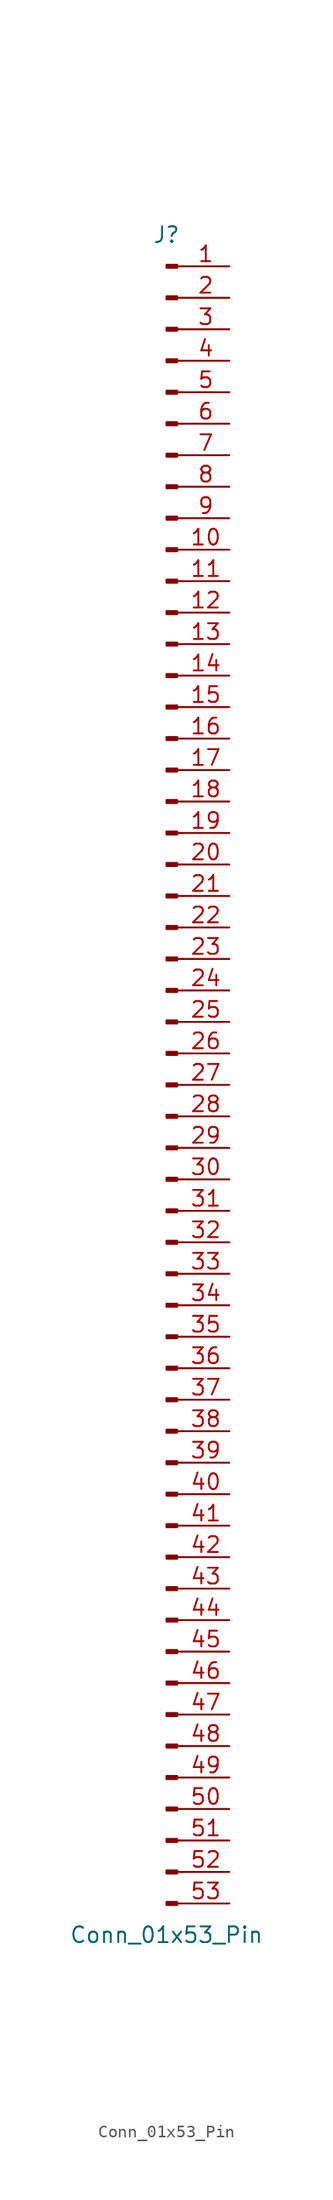
<source format=kicad_sym>
(kicad_symbol_lib
  (version 20220914)
  (generator kicad_symbol_editor)
  (symbol "Conn_01x53_Pin"
    (pin_names
      (offset 1.016) hide)
    (property "Reference" "J"
      (at 0 68.58 0)
      (effects (font (size 1.27 1.27))))
    (property "Value" "Conn_01x53_Pin"
      (at 0 -68.58 0)
      (effects (font (size 1.27 1.27))))
    (property "ki_locked" ""
      (at 0 0 0)
      (effects (font (size 1.27 1.27))))
    (symbol "Conn_01x53_Pin_1_1"
      (polyline (pts (xy 1.27 -66.04) (xy 0.864 -66.04)) (stroke (width 0.152) (type default)) (fill (type none)))
      (polyline (pts (xy 1.27 -63.5) (xy 0.864 -63.5)) (stroke (width 0.152) (type default)) (fill (type none)))
      (polyline (pts (xy 1.27 -60.96) (xy 0.864 -60.96)) (stroke (width 0.152) (type default)) (fill (type none)))
      (polyline (pts (xy 1.27 -58.42) (xy 0.864 -58.42)) (stroke (width 0.152) (type default)) (fill (type none)))
      (polyline (pts (xy 1.27 -55.88) (xy 0.864 -55.88)) (stroke (width 0.152) (type default)) (fill (type none)))
      (polyline (pts (xy 1.27 -53.34) (xy 0.864 -53.34)) (stroke (width 0.152) (type default)) (fill (type none)))
      (polyline (pts (xy 1.27 -50.8) (xy 0.864 -50.8)) (stroke (width 0.152) (type default)) (fill (type none)))
      (polyline (pts (xy 1.27 -48.26) (xy 0.864 -48.26)) (stroke (width 0.152) (type default)) (fill (type none)))
      (polyline (pts (xy 1.27 -45.72) (xy 0.864 -45.72)) (stroke (width 0.152) (type default)) (fill (type none)))
      (polyline (pts (xy 1.27 -43.18) (xy 0.864 -43.18)) (stroke (width 0.152) (type default)) (fill (type none)))
      (polyline (pts (xy 1.27 -40.64) (xy 0.864 -40.64)) (stroke (width 0.152) (type default)) (fill (type none)))
      (polyline (pts (xy 1.27 -38.1) (xy 0.864 -38.1)) (stroke (width 0.152) (type default)) (fill (type none)))
      (polyline (pts (xy 1.27 -35.56) (xy 0.864 -35.56)) (stroke (width 0.152) (type default)) (fill (type none)))
      (polyline (pts (xy 1.27 -33.02) (xy 0.864 -33.02)) (stroke (width 0.152) (type default)) (fill (type none)))
      (polyline (pts (xy 1.27 -30.48) (xy 0.864 -30.48)) (stroke (width 0.152) (type default)) (fill (type none)))
      (polyline (pts (xy 1.27 -27.94) (xy 0.864 -27.94)) (stroke (width 0.152) (type default)) (fill (type none)))
      (polyline (pts (xy 1.27 -25.4) (xy 0.864 -25.4)) (stroke (width 0.152) (type default)) (fill (type none)))
      (polyline (pts (xy 1.27 -22.86) (xy 0.864 -22.86)) (stroke (width 0.152) (type default)) (fill (type none)))
      (polyline (pts (xy 1.27 -20.32) (xy 0.864 -20.32)) (stroke (width 0.152) (type default)) (fill (type none)))
      (polyline (pts (xy 1.27 -17.78) (xy 0.864 -17.78)) (stroke (width 0.152) (type default)) (fill (type none)))
      (polyline (pts (xy 1.27 -15.24) (xy 0.864 -15.24)) (stroke (width 0.152) (type default)) (fill (type none)))
      (polyline (pts (xy 1.27 -12.7) (xy 0.864 -12.7)) (stroke (width 0.152) (type default)) (fill (type none)))
      (polyline (pts (xy 1.27 -10.16) (xy 0.864 -10.16)) (stroke (width 0.152) (type default)) (fill (type none)))
      (polyline (pts (xy 1.27 -7.62) (xy 0.864 -7.62)) (stroke (width 0.152) (type default)) (fill (type none)))
      (polyline (pts (xy 1.27 -5.08) (xy 0.864 -5.08)) (stroke (width 0.152) (type default)) (fill (type none)))
      (polyline (pts (xy 1.27 -2.54) (xy 0.864 -2.54)) (stroke (width 0.152) (type default)) (fill (type none)))
      (polyline (pts (xy 1.27 0) (xy 0.864 0)) (stroke (width 0.152) (type default)) (fill (type none)))
      (polyline (pts (xy 1.27 2.54) (xy 0.864 2.54)) (stroke (width 0.152) (type default)) (fill (type none)))
      (polyline (pts (xy 1.27 5.08) (xy 0.864 5.08)) (stroke (width 0.152) (type default)) (fill (type none)))
      (polyline (pts (xy 1.27 7.62) (xy 0.864 7.62)) (stroke (width 0.152) (type default)) (fill (type none)))
      (polyline (pts (xy 1.27 10.16) (xy 0.864 10.16)) (stroke (width 0.152) (type default)) (fill (type none)))
      (polyline (pts (xy 1.27 12.7) (xy 0.864 12.7)) (stroke (width 0.152) (type default)) (fill (type none)))
      (polyline (pts (xy 1.27 15.24) (xy 0.864 15.24)) (stroke (width 0.152) (type default)) (fill (type none)))
      (polyline (pts (xy 1.27 17.78) (xy 0.864 17.78)) (stroke (width 0.152) (type default)) (fill (type none)))
      (polyline (pts (xy 1.27 20.32) (xy 0.864 20.32)) (stroke (width 0.152) (type default)) (fill (type none)))
      (polyline (pts (xy 1.27 22.86) (xy 0.864 22.86)) (stroke (width 0.152) (type default)) (fill (type none)))
      (polyline (pts (xy 1.27 25.4) (xy 0.864 25.4)) (stroke (width 0.152) (type default)) (fill (type none)))
      (polyline (pts (xy 1.27 27.94) (xy 0.864 27.94)) (stroke (width 0.152) (type default)) (fill (type none)))
      (polyline (pts (xy 1.27 30.48) (xy 0.864 30.48)) (stroke (width 0.152) (type default)) (fill (type none)))
      (polyline (pts (xy 1.27 33.02) (xy 0.864 33.02)) (stroke (width 0.152) (type default)) (fill (type none)))
      (polyline (pts (xy 1.27 35.56) (xy 0.864 35.56)) (stroke (width 0.152) (type default)) (fill (type none)))
      (polyline (pts (xy 1.27 38.1) (xy 0.864 38.1)) (stroke (width 0.152) (type default)) (fill (type none)))
      (polyline (pts (xy 1.27 40.64) (xy 0.864 40.64)) (stroke (width 0.152) (type default)) (fill (type none)))
      (polyline (pts (xy 1.27 43.18) (xy 0.864 43.18)) (stroke (width 0.152) (type default)) (fill (type none)))
      (polyline (pts (xy 1.27 45.72) (xy 0.864 45.72)) (stroke (width 0.152) (type default)) (fill (type none)))
      (polyline (pts (xy 1.27 48.26) (xy 0.864 48.26)) (stroke (width 0.152) (type default)) (fill (type none)))
      (polyline (pts (xy 1.27 50.8) (xy 0.864 50.8)) (stroke (width 0.152) (type default)) (fill (type none)))
      (polyline (pts (xy 1.27 53.34) (xy 0.864 53.34)) (stroke (width 0.152) (type default)) (fill (type none)))
      (polyline (pts (xy 1.27 55.88) (xy 0.864 55.88)) (stroke (width 0.152) (type default)) (fill (type none)))
      (polyline (pts (xy 1.27 58.42) (xy 0.864 58.42)) (stroke (width 0.152) (type default)) (fill (type none)))
      (polyline (pts (xy 1.27 60.96) (xy 0.864 60.96)) (stroke (width 0.152) (type default)) (fill (type none)))
      (polyline (pts (xy 1.27 63.5) (xy 0.864 63.5)) (stroke (width 0.152) (type default)) (fill (type none)))
      (polyline (pts (xy 1.27 66.04) (xy 0.864 66.04)) (stroke (width 0.152) (type default)) (fill (type none)))
      (rectangle (start 0.864 -65.913) (end 0 -66.167) (stroke (width 0.152) (type default)) (fill (type outline)))
      (rectangle (start 0.864 -63.373) (end 0 -63.627) (stroke (width 0.152) (type default)) (fill (type outline)))
      (rectangle (start 0.864 -60.833) (end 0 -61.087) (stroke (width 0.152) (type default)) (fill (type outline)))
      (rectangle (start 0.864 -58.293) (end 0 -58.547) (stroke (width 0.152) (type default)) (fill (type outline)))
      (rectangle (start 0.864 -55.753) (end 0 -56.007) (stroke (width 0.152) (type default)) (fill (type outline)))
      (rectangle (start 0.864 -53.213) (end 0 -53.467) (stroke (width 0.152) (type default)) (fill (type outline)))
      (rectangle (start 0.864 -50.673) (end 0 -50.927) (stroke (width 0.152) (type default)) (fill (type outline)))
      (rectangle (start 0.864 -48.133) (end 0 -48.387) (stroke (width 0.152) (type default)) (fill (type outline)))
      (rectangle (start 0.864 -45.593) (end 0 -45.847) (stroke (width 0.152) (type default)) (fill (type outline)))
      (rectangle (start 0.864 -43.053) (end 0 -43.307) (stroke (width 0.152) (type default)) (fill (type outline)))
      (rectangle (start 0.864 -40.513) (end 0 -40.767) (stroke (width 0.152) (type default)) (fill (type outline)))
      (rectangle (start 0.864 -37.973) (end 0 -38.227) (stroke (width 0.152) (type default)) (fill (type outline)))
      (rectangle (start 0.864 -35.433) (end 0 -35.687) (stroke (width 0.152) (type default)) (fill (type outline)))
      (rectangle (start 0.864 -32.893) (end 0 -33.147) (stroke (width 0.152) (type default)) (fill (type outline)))
      (rectangle (start 0.864 -30.353) (end 0 -30.607) (stroke (width 0.152) (type default)) (fill (type outline)))
      (rectangle (start 0.864 -27.813) (end 0 -28.067) (stroke (width 0.152) (type default)) (fill (type outline)))
      (rectangle (start 0.864 -25.273) (end 0 -25.527) (stroke (width 0.152) (type default)) (fill (type outline)))
      (rectangle (start 0.864 -22.733) (end 0 -22.987) (stroke (width 0.152) (type default)) (fill (type outline)))
      (rectangle (start 0.864 -20.193) (end 0 -20.447) (stroke (width 0.152) (type default)) (fill (type outline)))
      (rectangle (start 0.864 -17.653) (end 0 -17.907) (stroke (width 0.152) (type default)) (fill (type outline)))
      (rectangle (start 0.864 -15.113) (end 0 -15.367) (stroke (width 0.152) (type default)) (fill (type outline)))
      (rectangle (start 0.864 -12.573) (end 0 -12.827) (stroke (width 0.152) (type default)) (fill (type outline)))
      (rectangle (start 0.864 -10.033) (end 0 -10.287) (stroke (width 0.152) (type default)) (fill (type outline)))
      (rectangle (start 0.864 -7.493) (end 0 -7.747) (stroke (width 0.152) (type default)) (fill (type outline)))
      (rectangle (start 0.864 -4.953) (end 0 -5.207) (stroke (width 0.152) (type default)) (fill (type outline)))
      (rectangle (start 0.864 -2.413) (end 0 -2.667) (stroke (width 0.152) (type default)) (fill (type outline)))
      (rectangle (start 0.864 0.127) (end 0 -0.127) (stroke (width 0.152) (type default)) (fill (type outline)))
      (rectangle (start 0.864 2.667) (end 0 2.413) (stroke (width 0.152) (type default)) (fill (type outline)))
      (rectangle (start 0.864 5.207) (end 0 4.953) (stroke (width 0.152) (type default)) (fill (type outline)))
      (rectangle (start 0.864 7.747) (end 0 7.493) (stroke (width 0.152) (type default)) (fill (type outline)))
      (rectangle (start 0.864 10.287) (end 0 10.033) (stroke (width 0.152) (type default)) (fill (type outline)))
      (rectangle (start 0.864 12.827) (end 0 12.573) (stroke (width 0.152) (type default)) (fill (type outline)))
      (rectangle (start 0.864 15.367) (end 0 15.113) (stroke (width 0.152) (type default)) (fill (type outline)))
      (rectangle (start 0.864 17.907) (end 0 17.653) (stroke (width 0.152) (type default)) (fill (type outline)))
      (rectangle (start 0.864 20.447) (end 0 20.193) (stroke (width 0.152) (type default)) (fill (type outline)))
      (rectangle (start 0.864 22.987) (end 0 22.733) (stroke (width 0.152) (type default)) (fill (type outline)))
      (rectangle (start 0.864 25.527) (end 0 25.273) (stroke (width 0.152) (type default)) (fill (type outline)))
      (rectangle (start 0.864 28.067) (end 0 27.813) (stroke (width 0.152) (type default)) (fill (type outline)))
      (rectangle (start 0.864 30.607) (end 0 30.353) (stroke (width 0.152) (type default)) (fill (type outline)))
      (rectangle (start 0.864 33.147) (end 0 32.893) (stroke (width 0.152) (type default)) (fill (type outline)))
      (rectangle (start 0.864 35.687) (end 0 35.433) (stroke (width 0.152) (type default)) (fill (type outline)))
      (rectangle (start 0.864 38.227) (end 0 37.973) (stroke (width 0.152) (type default)) (fill (type outline)))
      (rectangle (start 0.864 40.767) (end 0 40.513) (stroke (width 0.152) (type default)) (fill (type outline)))
      (rectangle (start 0.864 43.307) (end 0 43.053) (stroke (width 0.152) (type default)) (fill (type outline)))
      (rectangle (start 0.864 45.847) (end 0 45.593) (stroke (width 0.152) (type default)) (fill (type outline)))
      (rectangle (start 0.864 48.387) (end 0 48.133) (stroke (width 0.152) (type default)) (fill (type outline)))
      (rectangle (start 0.864 50.927) (end 0 50.673) (stroke (width 0.152) (type default)) (fill (type outline)))
      (rectangle (start 0.864 53.467) (end 0 53.213) (stroke (width 0.152) (type default)) (fill (type outline)))
      (rectangle (start 0.864 56.007) (end 0 55.753) (stroke (width 0.152) (type default)) (fill (type outline)))
      (rectangle (start 0.864 58.547) (end 0 58.293) (stroke (width 0.152) (type default)) (fill (type outline)))
      (rectangle (start 0.864 61.087) (end 0 60.833) (stroke (width 0.152) (type default)) (fill (type outline)))
      (rectangle (start 0.864 63.627) (end 0 63.373) (stroke (width 0.152) (type default)) (fill (type outline)))
      (rectangle (start 0.864 66.167) (end 0 65.913) (stroke (width 0.152) (type default)) (fill (type outline)))
      (pin passive line (at 5.08 66.04 180) (length 3.81) (name "Pin_1" (effects (font (size 1.27 1.27)))) (number "1" (effects (font (size 1.27 1.27)))))
      (pin passive line (at 5.08 43.18 180) (length 3.81) (name "Pin_10" (effects (font (size 1.27 1.27)))) (number "10" (effects (font (size 1.27 1.27)))))
      (pin passive line (at 5.08 40.64 180) (length 3.81) (name "Pin_11" (effects (font (size 1.27 1.27)))) (number "11" (effects (font (size 1.27 1.27)))))
      (pin passive line (at 5.08 38.1 180) (length 3.81) (name "Pin_12" (effects (font (size 1.27 1.27)))) (number "12" (effects (font (size 1.27 1.27)))))
      (pin passive line (at 5.08 35.56 180) (length 3.81) (name "Pin_13" (effects (font (size 1.27 1.27)))) (number "13" (effects (font (size 1.27 1.27)))))
      (pin passive line (at 5.08 33.02 180) (length 3.81) (name "Pin_14" (effects (font (size 1.27 1.27)))) (number "14" (effects (font (size 1.27 1.27)))))
      (pin passive line (at 5.08 30.48 180) (length 3.81) (name "Pin_15" (effects (font (size 1.27 1.27)))) (number "15" (effects (font (size 1.27 1.27)))))
      (pin passive line (at 5.08 27.94 180) (length 3.81) (name "Pin_16" (effects (font (size 1.27 1.27)))) (number "16" (effects (font (size 1.27 1.27)))))
      (pin passive line (at 5.08 25.4 180) (length 3.81) (name "Pin_17" (effects (font (size 1.27 1.27)))) (number "17" (effects (font (size 1.27 1.27)))))
      (pin passive line (at 5.08 22.86 180) (length 3.81) (name "Pin_18" (effects (font (size 1.27 1.27)))) (number "18" (effects (font (size 1.27 1.27)))))
      (pin passive line (at 5.08 20.32 180) (length 3.81) (name "Pin_19" (effects (font (size 1.27 1.27)))) (number "19" (effects (font (size 1.27 1.27)))))
      (pin passive line (at 5.08 63.5 180) (length 3.81) (name "Pin_2" (effects (font (size 1.27 1.27)))) (number "2" (effects (font (size 1.27 1.27)))))
      (pin passive line (at 5.08 17.78 180) (length 3.81) (name "Pin_20" (effects (font (size 1.27 1.27)))) (number "20" (effects (font (size 1.27 1.27)))))
      (pin passive line (at 5.08 15.24 180) (length 3.81) (name "Pin_21" (effects (font (size 1.27 1.27)))) (number "21" (effects (font (size 1.27 1.27)))))
      (pin passive line (at 5.08 12.7 180) (length 3.81) (name "Pin_22" (effects (font (size 1.27 1.27)))) (number "22" (effects (font (size 1.27 1.27)))))
      (pin passive line (at 5.08 10.16 180) (length 3.81) (name "Pin_23" (effects (font (size 1.27 1.27)))) (number "23" (effects (font (size 1.27 1.27)))))
      (pin passive line (at 5.08 7.62 180) (length 3.81) (name "Pin_24" (effects (font (size 1.27 1.27)))) (number "24" (effects (font (size 1.27 1.27)))))
      (pin passive line (at 5.08 5.08 180) (length 3.81) (name "Pin_25" (effects (font (size 1.27 1.27)))) (number "25" (effects (font (size 1.27 1.27)))))
      (pin passive line (at 5.08 2.54 180) (length 3.81) (name "Pin_26" (effects (font (size 1.27 1.27)))) (number "26" (effects (font (size 1.27 1.27)))))
      (pin passive line (at 5.08 0 180) (length 3.81) (name "Pin_27" (effects (font (size 1.27 1.27)))) (number "27" (effects (font (size 1.27 1.27)))))
      (pin passive line (at 5.08 -2.54 180) (length 3.81) (name "Pin_28" (effects (font (size 1.27 1.27)))) (number "28" (effects (font (size 1.27 1.27)))))
      (pin passive line (at 5.08 -5.08 180) (length 3.81) (name "Pin_29" (effects (font (size 1.27 1.27)))) (number "29" (effects (font (size 1.27 1.27)))))
      (pin passive line (at 5.08 60.96 180) (length 3.81) (name "Pin_3" (effects (font (size 1.27 1.27)))) (number "3" (effects (font (size 1.27 1.27)))))
      (pin passive line (at 5.08 -7.62 180) (length 3.81) (name "Pin_30" (effects (font (size 1.27 1.27)))) (number "30" (effects (font (size 1.27 1.27)))))
      (pin passive line (at 5.08 -10.16 180) (length 3.81) (name "Pin_31" (effects (font (size 1.27 1.27)))) (number "31" (effects (font (size 1.27 1.27)))))
      (pin passive line (at 5.08 -12.7 180) (length 3.81) (name "Pin_32" (effects (font (size 1.27 1.27)))) (number "32" (effects (font (size 1.27 1.27)))))
      (pin passive line (at 5.08 -15.24 180) (length 3.81) (name "Pin_33" (effects (font (size 1.27 1.27)))) (number "33" (effects (font (size 1.27 1.27)))))
      (pin passive line (at 5.08 -17.78 180) (length 3.81) (name "Pin_34" (effects (font (size 1.27 1.27)))) (number "34" (effects (font (size 1.27 1.27)))))
      (pin passive line (at 5.08 -20.32 180) (length 3.81) (name "Pin_35" (effects (font (size 1.27 1.27)))) (number "35" (effects (font (size 1.27 1.27)))))
      (pin passive line (at 5.08 -22.86 180) (length 3.81) (name "Pin_36" (effects (font (size 1.27 1.27)))) (number "36" (effects (font (size 1.27 1.27)))))
      (pin passive line (at 5.08 -25.4 180) (length 3.81) (name "Pin_37" (effects (font (size 1.27 1.27)))) (number "37" (effects (font (size 1.27 1.27)))))
      (pin passive line (at 5.08 -27.94 180) (length 3.81) (name "Pin_38" (effects (font (size 1.27 1.27)))) (number "38" (effects (font (size 1.27 1.27)))))
      (pin passive line (at 5.08 -30.48 180) (length 3.81) (name "Pin_39" (effects (font (size 1.27 1.27)))) (number "39" (effects (font (size 1.27 1.27)))))
      (pin passive line (at 5.08 58.42 180) (length 3.81) (name "Pin_4" (effects (font (size 1.27 1.27)))) (number "4" (effects (font (size 1.27 1.27)))))
      (pin passive line (at 5.08 -33.02 180) (length 3.81) (name "Pin_40" (effects (font (size 1.27 1.27)))) (number "40" (effects (font (size 1.27 1.27)))))
      (pin passive line (at 5.08 -35.56 180) (length 3.81) (name "Pin_41" (effects (font (size 1.27 1.27)))) (number "41" (effects (font (size 1.27 1.27)))))
      (pin passive line (at 5.08 -38.1 180) (length 3.81) (name "Pin_42" (effects (font (size 1.27 1.27)))) (number "42" (effects (font (size 1.27 1.27)))))
      (pin passive line (at 5.08 -40.64 180) (length 3.81) (name "Pin_43" (effects (font (size 1.27 1.27)))) (number "43" (effects (font (size 1.27 1.27)))))
      (pin passive line (at 5.08 -43.18 180) (length 3.81) (name "Pin_44" (effects (font (size 1.27 1.27)))) (number "44" (effects (font (size 1.27 1.27)))))
      (pin passive line (at 5.08 -45.72 180) (length 3.81) (name "Pin_45" (effects (font (size 1.27 1.27)))) (number "45" (effects (font (size 1.27 1.27)))))
      (pin passive line (at 5.08 -48.26 180) (length 3.81) (name "Pin_46" (effects (font (size 1.27 1.27)))) (number "46" (effects (font (size 1.27 1.27)))))
      (pin passive line (at 5.08 -50.8 180) (length 3.81) (name "Pin_47" (effects (font (size 1.27 1.27)))) (number "47" (effects (font (size 1.27 1.27)))))
      (pin passive line (at 5.08 -53.34 180) (length 3.81) (name "Pin_48" (effects (font (size 1.27 1.27)))) (number "48" (effects (font (size 1.27 1.27)))))
      (pin passive line (at 5.08 -55.88 180) (length 3.81) (name "Pin_49" (effects (font (size 1.27 1.27)))) (number "49" (effects (font (size 1.27 1.27)))))
      (pin passive line (at 5.08 55.88 180) (length 3.81) (name "Pin_5" (effects (font (size 1.27 1.27)))) (number "5" (effects (font (size 1.27 1.27)))))
      (pin passive line (at 5.08 -58.42 180) (length 3.81) (name "Pin_50" (effects (font (size 1.27 1.27)))) (number "50" (effects (font (size 1.27 1.27)))))
      (pin passive line (at 5.08 -60.96 180) (length 3.81) (name "Pin_51" (effects (font (size 1.27 1.27)))) (number "51" (effects (font (size 1.27 1.27)))))
      (pin passive line (at 5.08 -63.5 180) (length 3.81) (name "Pin_52" (effects (font (size 1.27 1.27)))) (number "52" (effects (font (size 1.27 1.27)))))
      (pin passive line (at 5.08 -66.04 180) (length 3.81) (name "Pin_53" (effects (font (size 1.27 1.27)))) (number "53" (effects (font (size 1.27 1.27)))))
      (pin passive line (at 5.08 53.34 180) (length 3.81) (name "Pin_6" (effects (font (size 1.27 1.27)))) (number "6" (effects (font (size 1.27 1.27)))))
      (pin passive line (at 5.08 50.8 180) (length 3.81) (name "Pin_7" (effects (font (size 1.27 1.27)))) (number "7" (effects (font (size 1.27 1.27)))))
      (pin passive line (at 5.08 48.26 180) (length 3.81) (name "Pin_8" (effects (font (size 1.27 1.27)))) (number "8" (effects (font (size 1.27 1.27)))))
      (pin passive line (at 5.08 45.72 180) (length 3.81) (name "Pin_9" (effects (font (size 1.27 1.27)))) (number "9" (effects (font (size 1.27 1.27))))))))
</source>
